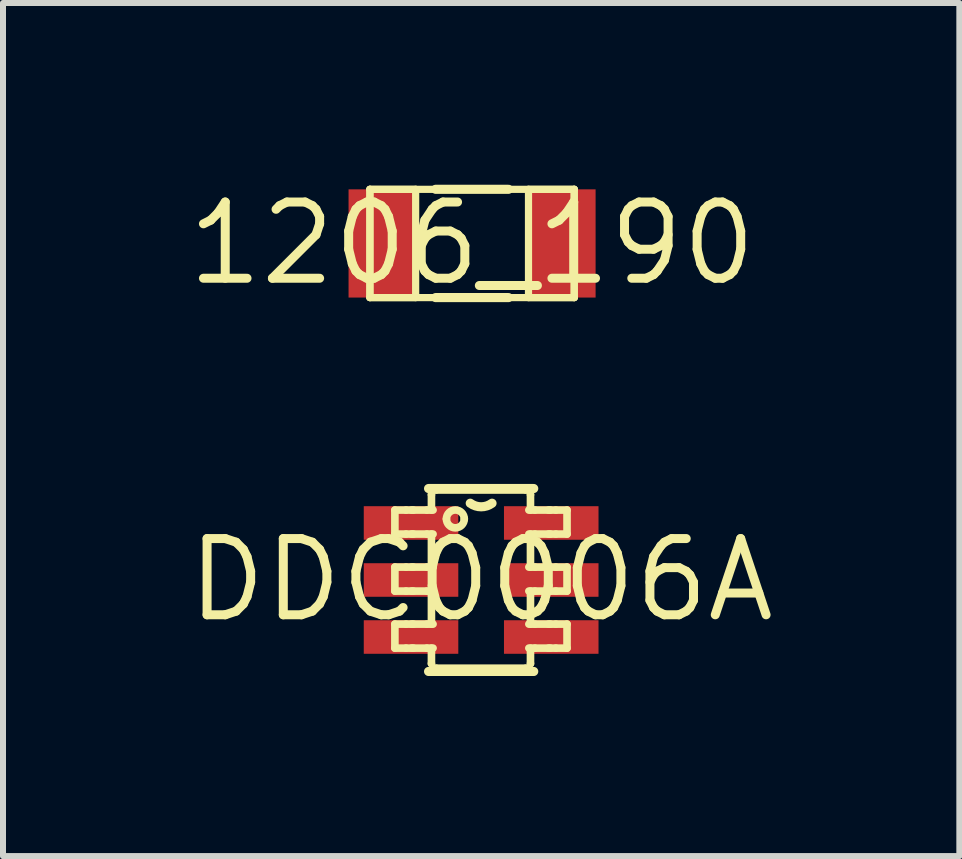
<source format=kicad_pcb>
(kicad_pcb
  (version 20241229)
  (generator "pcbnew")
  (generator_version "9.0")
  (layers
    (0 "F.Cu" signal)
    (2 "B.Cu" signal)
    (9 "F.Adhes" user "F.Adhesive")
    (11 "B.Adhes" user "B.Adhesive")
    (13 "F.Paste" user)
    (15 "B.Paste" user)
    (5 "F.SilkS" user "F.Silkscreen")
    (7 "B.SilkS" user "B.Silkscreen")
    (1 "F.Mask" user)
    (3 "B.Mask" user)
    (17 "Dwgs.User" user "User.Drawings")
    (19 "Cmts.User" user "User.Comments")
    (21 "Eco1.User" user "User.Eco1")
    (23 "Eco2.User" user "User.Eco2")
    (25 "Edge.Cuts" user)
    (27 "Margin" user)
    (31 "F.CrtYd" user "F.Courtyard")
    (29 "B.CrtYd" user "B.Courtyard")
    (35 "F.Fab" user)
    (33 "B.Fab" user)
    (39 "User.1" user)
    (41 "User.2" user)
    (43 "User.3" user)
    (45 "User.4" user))
  (footprint "DDC0006A"
    (layer "F.Cu")
    (at 4.966 6.613)
    (property "Reference" "DDC0006A" (at 0 0 0) (layer "F.SilkS") (effects (font (size 1.27 1.27) (thickness 0.15))))
    (attr through_hole)
    (fp_line (start -1.437 -1.165) (end -1.251 -1.165) (stroke (width 0.127) (type solid)) (layer "F.SilkS"))
    (fp_line (start -1.437 -0.765) (end -1.437 -1.165) (stroke (width 0.127) (type solid)) (layer "F.SilkS"))
    (fp_line (start -1.437 -0.765) (end -1.251 -0.765) (stroke (width 0.127) (type solid)) (layer "F.SilkS"))
    (fp_line (start -1.437 -0.215) (end -1.251 -0.215) (stroke (width 0.127) (type solid)) (layer "F.SilkS"))
    (fp_line (start -1.437 0.185) (end -1.437 -0.215) (stroke (width 0.127) (type solid)) (layer "F.SilkS"))
    (fp_line (start -1.437 0.185) (end -1.251 0.185) (stroke (width 0.127) (type solid)) (layer "F.SilkS"))
    (fp_line (start -1.437 0.735) (end -1.251 0.735) (stroke (width 0.127) (type solid)) (layer "F.SilkS"))
    (fp_line (start -1.437 1.135) (end -1.437 0.735) (stroke (width 0.127) (type solid)) (layer "F.SilkS"))
    (fp_line (start -1.437 1.135) (end -1.251 1.135) (stroke (width 0.127) (type solid)) (layer "F.SilkS"))
    (fp_line (start -1.251 -1.165) (end -1.159 -1.165) (stroke (width 0.127) (type solid)) (layer "F.SilkS"))
    (fp_line (start -1.251 -0.765) (end -1.159 -0.765) (stroke (width 0.127) (type solid)) (layer "F.SilkS"))
    (fp_line (start -1.251 -0.215) (end -1.159 -0.215) (stroke (width 0.127) (type solid)) (layer "F.SilkS"))
    (fp_line (start -1.251 0.185) (end -1.159 0.185) (stroke (width 0.127) (type solid)) (layer "F.SilkS"))
    (fp_line (start -1.251 0.735) (end -1.159 0.735) (stroke (width 0.127) (type solid)) (layer "F.SilkS"))
    (fp_line (start -1.251 1.135) (end -1.159 1.135) (stroke (width 0.127) (type solid)) (layer "F.SilkS"))
    (fp_line (start -1.159 -1.165) (end -1.128 -1.165) (stroke (width 0.127) (type solid)) (layer "F.SilkS"))
    (fp_line (start -1.159 -0.765) (end -1.128 -0.765) (stroke (width 0.127) (type solid)) (layer "F.SilkS"))
    (fp_line (start -1.159 -0.215) (end -1.128 -0.215) (stroke (width 0.127) (type solid)) (layer "F.SilkS"))
    (fp_line (start -1.159 0.185) (end -1.128 0.185) (stroke (width 0.127) (type solid)) (layer "F.SilkS"))
    (fp_line (start -1.159 0.735) (end -1.128 0.735) (stroke (width 0.127) (type solid)) (layer "F.SilkS"))
    (fp_line (start -1.159 1.135) (end -1.128 1.135) (stroke (width 0.127) (type solid)) (layer "F.SilkS"))
    (fp_line (start -1.128 -1.165) (end -0.903 -1.165) (stroke (width 0.127) (type solid)) (layer "F.SilkS"))
    (fp_line (start -1.128 -0.765) (end -0.903 -0.765) (stroke (width 0.127) (type solid)) (layer "F.SilkS"))
    (fp_line (start -1.128 -0.215) (end -0.903 -0.215) (stroke (width 0.127) (type solid)) (layer "F.SilkS"))
    (fp_line (start -1.128 0.185) (end -0.903 0.185) (stroke (width 0.127) (type solid)) (layer "F.SilkS"))
    (fp_line (start -1.128 0.735) (end -0.903 0.735) (stroke (width 0.127) (type solid)) (layer "F.SilkS"))
    (fp_line (start -1.128 1.135) (end -0.903 1.135) (stroke (width 0.127) (type solid)) (layer "F.SilkS"))
    (fp_line (start -0.903 -1.165) (end -0.801 -1.165) (stroke (width 0.127) (type solid)) (layer "F.SilkS"))
    (fp_line (start -0.903 -0.765) (end -0.801 -0.765) (stroke (width 0.127) (type solid)) (layer "F.SilkS"))
    (fp_line (start -0.903 -0.215) (end -0.801 -0.215) (stroke (width 0.127) (type solid)) (layer "F.SilkS"))
    (fp_line (start -0.903 0.185) (end -0.801 0.185) (stroke (width 0.127) (type solid)) (layer "F.SilkS"))
    (fp_line (start -0.903 0.735) (end -0.801 0.735) (stroke (width 0.127) (type solid)) (layer "F.SilkS"))
    (fp_line (start -0.903 1.135) (end -0.801 1.135) (stroke (width 0.127) (type solid)) (layer "F.SilkS"))
    (fp_line (start -0.876 -1.524) (end 0.876 -1.524) (stroke (width 0.152) (type solid)) (layer "F.SilkS"))
    (fp_line (start -0.876 1.524) (end 0.876 1.524) (stroke (width 0.152) (type solid)) (layer "F.SilkS"))
    (fp_line (start -0.828 -1.422) (end -0.828 -1.425) (stroke (width 0.127) (type solid)) (layer "F.SilkS"))
    (fp_line (start -0.828 -1.165) (end -0.828 -1.422) (stroke (width 0.127) (type solid)) (layer "F.SilkS"))
    (fp_line (start -0.828 -0.215) (end -0.828 -0.765) (stroke (width 0.127) (type solid)) (layer "F.SilkS"))
    (fp_line (start -0.828 0.735) (end -0.828 0.185) (stroke (width 0.127) (type solid)) (layer "F.SilkS"))
    (fp_line (start -0.828 1.392) (end -0.828 1.135) (stroke (width 0.127) (type solid)) (layer "F.SilkS"))
    (fp_line (start -0.828 1.395) (end -0.828 1.392) (stroke (width 0.127) (type solid)) (layer "F.SilkS"))
    (fp_line (start -0.754 -1.5) (end -0.75 -1.5) (stroke (width 0.127) (type solid)) (layer "F.SilkS"))
    (fp_line (start -0.754 1.47) (end -0.75 1.47) (stroke (width 0.127) (type solid)) (layer "F.SilkS"))
    (fp_line (start -0.75 -1.5) (end 0.744 -1.5) (stroke (width 0.127) (type solid)) (layer "F.SilkS"))
    (fp_line (start -0.75 1.47) (end 0.744 1.47) (stroke (width 0.127) (type solid)) (layer "F.SilkS"))
    (fp_line (start 0.744 -1.5) (end 0.747 -1.5) (stroke (width 0.127) (type solid)) (layer "F.SilkS"))
    (fp_line (start 0.744 1.47) (end 0.747 1.47) (stroke (width 0.127) (type solid)) (layer "F.SilkS"))
    (fp_line (start 0.795 -1.165) (end 0.896 -1.165) (stroke (width 0.127) (type solid)) (layer "F.SilkS"))
    (fp_line (start 0.795 -0.765) (end 0.896 -0.765) (stroke (width 0.127) (type solid)) (layer "F.SilkS"))
    (fp_line (start 0.795 -0.215) (end 0.896 -0.215) (stroke (width 0.127) (type solid)) (layer "F.SilkS"))
    (fp_line (start 0.795 0.185) (end 0.896 0.185) (stroke (width 0.127) (type solid)) (layer "F.SilkS"))
    (fp_line (start 0.795 0.735) (end 0.896 0.735) (stroke (width 0.127) (type solid)) (layer "F.SilkS"))
    (fp_line (start 0.795 1.135) (end 0.896 1.135) (stroke (width 0.127) (type solid)) (layer "F.SilkS"))
    (fp_line (start 0.822 -1.422) (end 0.822 -1.425) (stroke (width 0.127) (type solid)) (layer "F.SilkS"))
    (fp_line (start 0.822 -1.165) (end 0.822 -1.422) (stroke (width 0.127) (type solid)) (layer "F.SilkS"))
    (fp_line (start 0.822 -0.215) (end 0.822 -0.765) (stroke (width 0.127) (type solid)) (layer "F.SilkS"))
    (fp_line (start 0.822 0.735) (end 0.822 0.185) (stroke (width 0.127) (type solid)) (layer "F.SilkS"))
    (fp_line (start 0.822 1.392) (end 0.822 1.135) (stroke (width 0.127) (type solid)) (layer "F.SilkS"))
    (fp_line (start 0.822 1.395) (end 0.822 1.392) (stroke (width 0.127) (type solid)) (layer "F.SilkS"))
    (fp_line (start 0.896 -1.165) (end 1.122 -1.165) (stroke (width 0.127) (type solid)) (layer "F.SilkS"))
    (fp_line (start 0.896 -0.765) (end 1.122 -0.765) (stroke (width 0.127) (type solid)) (layer "F.SilkS"))
    (fp_line (start 0.896 -0.215) (end 1.122 -0.215) (stroke (width 0.127) (type solid)) (layer "F.SilkS"))
    (fp_line (start 0.896 0.185) (end 1.122 0.185) (stroke (width 0.127) (type solid)) (layer "F.SilkS"))
    (fp_line (start 0.896 0.735) (end 1.122 0.735) (stroke (width 0.127) (type solid)) (layer "F.SilkS"))
    (fp_line (start 0.896 1.135) (end 1.122 1.135) (stroke (width 0.127) (type solid)) (layer "F.SilkS"))
    (fp_line (start 1.122 -1.165) (end 1.153 -1.165) (stroke (width 0.127) (type solid)) (layer "F.SilkS"))
    (fp_line (start 1.122 -0.765) (end 1.153 -0.765) (stroke (width 0.127) (type solid)) (layer "F.SilkS"))
    (fp_line (start 1.122 -0.215) (end 1.153 -0.215) (stroke (width 0.127) (type solid)) (layer "F.SilkS"))
    (fp_line (start 1.122 0.185) (end 1.153 0.185) (stroke (width 0.127) (type solid)) (layer "F.SilkS"))
    (fp_line (start 1.122 0.735) (end 1.153 0.735) (stroke (width 0.127) (type solid)) (layer "F.SilkS"))
    (fp_line (start 1.122 1.135) (end 1.153 1.135) (stroke (width 0.127) (type solid)) (layer "F.SilkS"))
    (fp_line (start 1.153 -1.165) (end 1.245 -1.165) (stroke (width 0.127) (type solid)) (layer "F.SilkS"))
    (fp_line (start 1.153 -0.765) (end 1.245 -0.765) (stroke (width 0.127) (type solid)) (layer "F.SilkS"))
    (fp_line (start 1.153 -0.215) (end 1.245 -0.215) (stroke (width 0.127) (type solid)) (layer "F.SilkS"))
    (fp_line (start 1.153 0.185) (end 1.245 0.185) (stroke (width 0.127) (type solid)) (layer "F.SilkS"))
    (fp_line (start 1.153 0.735) (end 1.245 0.735) (stroke (width 0.127) (type solid)) (layer "F.SilkS"))
    (fp_line (start 1.153 1.135) (end 1.245 1.135) (stroke (width 0.127) (type solid)) (layer "F.SilkS"))
    (fp_line (start 1.245 -1.165) (end 1.431 -1.165) (stroke (width 0.127) (type solid)) (layer "F.SilkS"))
    (fp_line (start 1.245 -0.765) (end 1.431 -0.765) (stroke (width 0.127) (type solid)) (layer "F.SilkS"))
    (fp_line (start 1.245 -0.215) (end 1.431 -0.215) (stroke (width 0.127) (type solid)) (layer "F.SilkS"))
    (fp_line (start 1.245 0.185) (end 1.431 0.185) (stroke (width 0.127) (type solid)) (layer "F.SilkS"))
    (fp_line (start 1.245 0.735) (end 1.431 0.735) (stroke (width 0.127) (type solid)) (layer "F.SilkS"))
    (fp_line (start 1.245 1.135) (end 1.431 1.135) (stroke (width 0.127) (type solid)) (layer "F.SilkS"))
    (fp_line (start 1.431 -0.765) (end 1.431 -1.165) (stroke (width 0.127) (type solid)) (layer "F.SilkS"))
    (fp_line (start 1.431 0.185) (end 1.431 -0.215) (stroke (width 0.127) (type solid)) (layer "F.SilkS"))
    (fp_line (start 1.431 1.135) (end 1.431 0.735) (stroke (width 0.127) (type solid)) (layer "F.SilkS"))
    (fp_arc (start -0.5783 -1.0177) (mid -0.42955 -1.16645) (end -0.2808 -1.0177) (stroke (width 0.127) (type solid)) (layer "F.SilkS"))
    (fp_arc (start -0.2808 -1.0177) (mid -0.42955 -0.86895) (end -0.5783 -1.0177) (stroke (width 0.127) (type solid)) (layer "F.SilkS"))
    (fp_arc (start 0.181299 -1.279) (mid 0 -1.219205) (end -0.1813 -1.279) (stroke (width 0.1524) (type solid)) (layer "F.SilkS"))
    (pad "1" smd rect (at -1.168 -0.95) (size 1.575 0.559) (layers "F.Cu" "F.Mask" "F.Paste"))
    (pad "2" smd rect (at -1.168 0) (size 1.575 0.559) (layers "F.Cu" "F.Mask" "F.Paste"))
    (pad "3" smd rect (at -1.168 0.95) (size 1.575 0.559) (layers "F.Cu" "F.Mask" "F.Paste"))
    (pad "4" smd rect (at 1.168 0.95) (size 1.575 0.559) (layers "F.Cu" "F.Mask" "F.Paste"))
    (pad "5" smd rect (at 1.168 0) (size 1.575 0.559) (layers "F.Cu" "F.Mask" "F.Paste"))
    (pad "6" smd rect (at 1.168 -0.95) (size 1.575 0.559) (layers "F.Cu" "F.Mask" "F.Paste")))
  (footprint "1206_190"
    (layer "F.Cu")
    (at 4.815 1.006)
    (property "Reference" "1206_190" (at 0 0 0) (layer "F.SilkS") (effects (font (size 1.27 1.27) (thickness 0.15))))
    (attr through_hole)
    (fp_line (start -1.702 -0.902) (end -1.702 0.902) (stroke (width 0.12) (type solid)) (layer "F.SilkS"))
    (fp_line (start -1.702 -0.902) (end -1.702 0.902) (stroke (width 0.12) (type solid)) (layer "F.SilkS"))
    (fp_line (start -1.702 0.902) (end -0.94 0.902) (stroke (width 0.12) (type solid)) (layer "F.SilkS"))
    (fp_line (start -1.702 0.902) (end 1.702 0.902) (stroke (width 0.12) (type solid)) (layer "F.SilkS"))
    (fp_line (start -0.94 -0.902) (end -1.702 -0.902) (stroke (width 0.12) (type solid)) (layer "F.SilkS"))
    (fp_line (start -0.94 0.902) (end -0.94 -0.902) (stroke (width 0.12) (type solid)) (layer "F.SilkS"))
    (fp_line (start -0.607 0.902) (end 0.607 0.902) (stroke (width 0.152) (type solid)) (layer "F.SilkS"))
    (fp_line (start 0.607 -0.902) (end -0.607 -0.902) (stroke (width 0.152) (type solid)) (layer "F.SilkS"))
    (fp_line (start 0.94 -0.902) (end 0.94 0.902) (stroke (width 0.12) (type solid)) (layer "F.SilkS"))
    (fp_line (start 0.94 0.902) (end 1.702 0.902) (stroke (width 0.12) (type solid)) (layer "F.SilkS"))
    (fp_line (start 1.702 -0.902) (end -1.702 -0.902) (stroke (width 0.12) (type solid)) (layer "F.SilkS"))
    (fp_line (start 1.702 -0.902) (end 0.94 -0.902) (stroke (width 0.12) (type solid)) (layer "F.SilkS"))
    (fp_line (start 1.702 0.902) (end 1.702 -0.902) (stroke (width 0.12) (type solid)) (layer "F.SilkS"))
    (fp_line (start 1.702 0.902) (end 1.702 -0.902) (stroke (width 0.12) (type solid)) (layer "F.SilkS"))
    (pad "1" smd rect (at -1.499 0) (size 1.118 1.803) (layers "F.Cu" "F.Mask" "F.Paste"))
    (pad "2" smd rect (at 1.499 0) (size 1.118 1.803) (layers "F.Cu" "F.Mask" "F.Paste")))
  (gr_rect
    (start -3 -3)
    (end 12.933 11.213)
    (stroke (width 0.1) (type default))
    (fill no)
    (layer "Edge.Cuts")))
</source>
